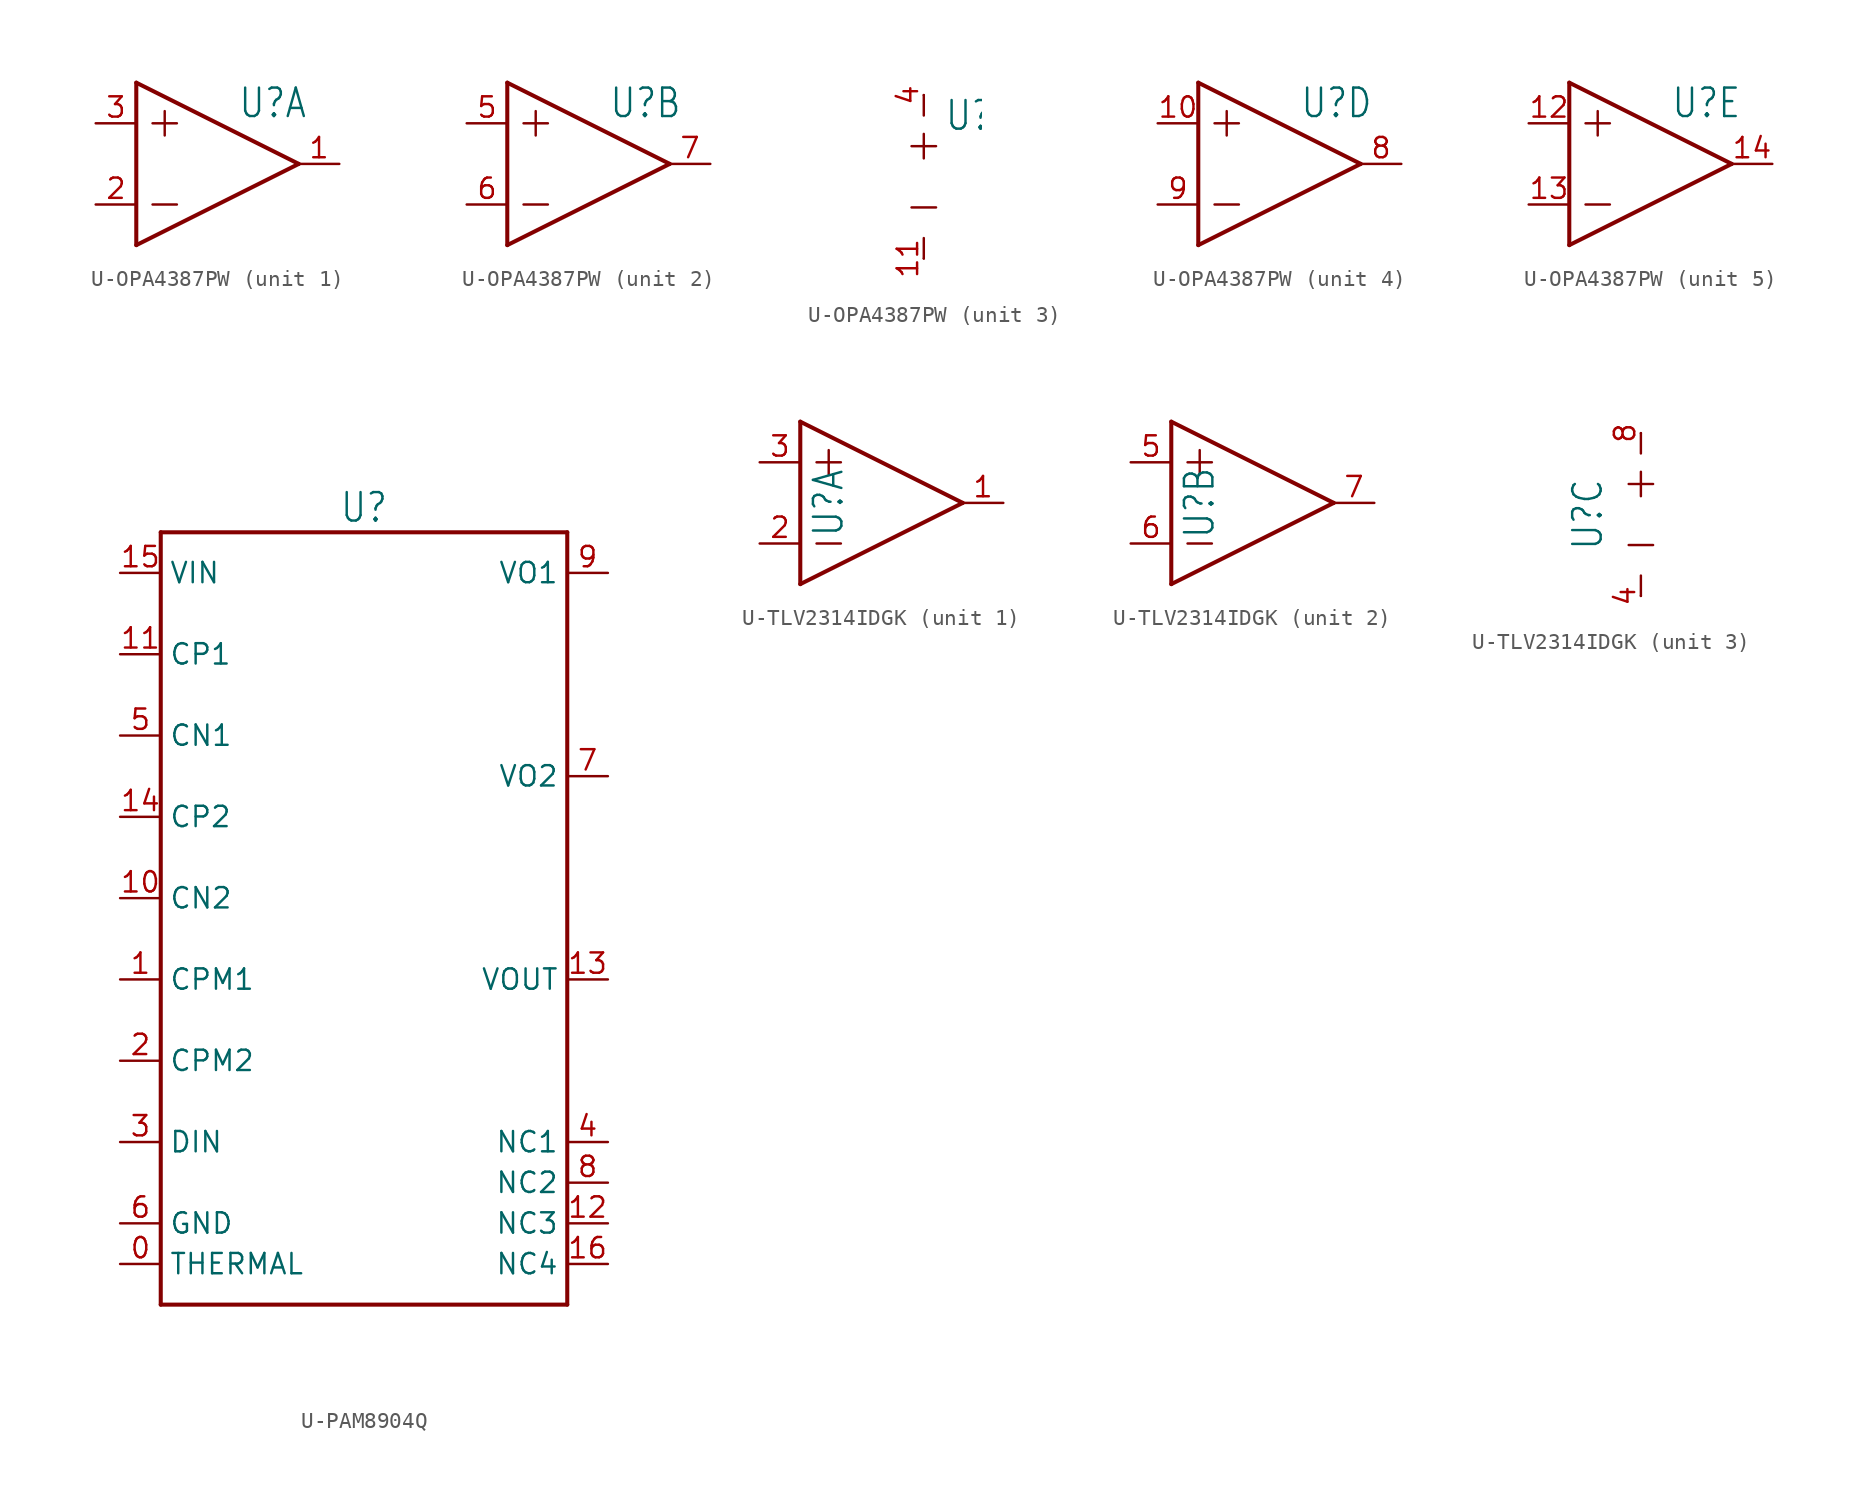
<source format=kicad_sym>
(kicad_symbol_lib
  (version 20231120)
  (generator "kicad_symbol_editor")
  (generator_version "8.0")
  (symbol "U-OPA4387PW"
    (property "Reference" "U"
      (at 1.27 3.81 0)
      (effects (font (size 1.778 1.511)) (justify left)))
    (property "ki_locked" ""
      (at 0 0 0)
      (effects (font (size 1.27 1.27))))
    (symbol "U-OPA4387PW_1_0"
      (polyline (pts (xy -5.08 -5.08) (xy 5.08 0)) (stroke (width 0.254) (type solid)) (fill (type none)))
      (polyline (pts (xy -5.08 5.08) (xy -5.08 -5.08)) (stroke (width 0.254) (type solid)) (fill (type none)))
      (polyline (pts (xy -4.064 -2.54) (xy -2.54 -2.54)) (stroke (width 0.152) (type solid)) (fill (type none)))
      (polyline (pts (xy -4.064 2.54) (xy -2.54 2.54)) (stroke (width 0.152) (type solid)) (fill (type none)))
      (polyline (pts (xy -3.302 3.302) (xy -3.302 1.778)) (stroke (width 0.152) (type solid)) (fill (type none)))
      (polyline (pts (xy 5.08 0) (xy -5.08 5.08)) (stroke (width 0.254) (type solid)) (fill (type none)))
      (pin passive line (at 7.62 0 180) (length 2.54) (name "OUT" (effects (font (size 0 0)))) (number "1" (effects (font (size 1.27 1.27)))))
      (pin passive line (at -7.62 -2.54 0) (length 2.54) (name "IN-" (effects (font (size 0 0)))) (number "2" (effects (font (size 1.27 1.27)))))
      (pin passive line (at -7.62 2.54 0) (length 2.54) (name "IN+" (effects (font (size 0 0)))) (number "3" (effects (font (size 1.27 1.27))))))
    (symbol "U-OPA4387PW_2_0"
      (polyline (pts (xy -5.08 -5.08) (xy 5.08 0)) (stroke (width 0.254) (type solid)) (fill (type none)))
      (polyline (pts (xy -5.08 5.08) (xy -5.08 -5.08)) (stroke (width 0.254) (type solid)) (fill (type none)))
      (polyline (pts (xy -4.064 -2.54) (xy -2.54 -2.54)) (stroke (width 0.152) (type solid)) (fill (type none)))
      (polyline (pts (xy -4.064 2.54) (xy -2.54 2.54)) (stroke (width 0.152) (type solid)) (fill (type none)))
      (polyline (pts (xy -3.302 3.302) (xy -3.302 1.778)) (stroke (width 0.152) (type solid)) (fill (type none)))
      (polyline (pts (xy 5.08 0) (xy -5.08 5.08)) (stroke (width 0.254) (type solid)) (fill (type none)))
      (pin passive line (at -7.62 2.54 0) (length 2.54) (name "IN+" (effects (font (size 0 0)))) (number "5" (effects (font (size 1.27 1.27)))))
      (pin passive line (at -7.62 -2.54 0) (length 2.54) (name "IN-" (effects (font (size 0 0)))) (number "6" (effects (font (size 1.27 1.27)))))
      (pin passive line (at 7.62 0 180) (length 2.54) (name "OUT" (effects (font (size 0 0)))) (number "7" (effects (font (size 1.27 1.27))))))
    (symbol "U-OPA4387PW_3_0"
      (polyline (pts (xy -0.762 -1.905) (xy 0.762 -1.905)) (stroke (width 0.152) (type solid)) (fill (type none)))
      (polyline (pts (xy -0.762 1.905) (xy 0.762 1.905)) (stroke (width 0.152) (type solid)) (fill (type none)))
      (polyline (pts (xy 0 -5.08) (xy 0 -3.81)) (stroke (width 0.152) (type solid)) (fill (type none)))
      (polyline (pts (xy 0 2.667) (xy 0 1.143)) (stroke (width 0.152) (type solid)) (fill (type none)))
      (polyline (pts (xy 0 5.08) (xy 0 3.81)) (stroke (width 0.152) (type solid)) (fill (type none)))
      (pin passive line (at 0 -5.08 90) (length 0) (name "V-" (effects (font (size 0 0)))) (number "11" (effects (font (size 1.27 1.27)))))
      (pin passive line (at 0 5.08 270) (length 0) (name "V+" (effects (font (size 0 0)))) (number "4" (effects (font (size 1.27 1.27))))))
    (symbol "U-OPA4387PW_4_0"
      (polyline (pts (xy -5.08 -5.08) (xy 5.08 0)) (stroke (width 0.254) (type solid)) (fill (type none)))
      (polyline (pts (xy -5.08 5.08) (xy -5.08 -5.08)) (stroke (width 0.254) (type solid)) (fill (type none)))
      (polyline (pts (xy -4.064 -2.54) (xy -2.54 -2.54)) (stroke (width 0.152) (type solid)) (fill (type none)))
      (polyline (pts (xy -4.064 2.54) (xy -2.54 2.54)) (stroke (width 0.152) (type solid)) (fill (type none)))
      (polyline (pts (xy -3.302 3.302) (xy -3.302 1.778)) (stroke (width 0.152) (type solid)) (fill (type none)))
      (polyline (pts (xy 5.08 0) (xy -5.08 5.08)) (stroke (width 0.254) (type solid)) (fill (type none)))
      (pin passive line (at -7.62 2.54 0) (length 2.54) (name "IN+" (effects (font (size 0 0)))) (number "10" (effects (font (size 1.27 1.27)))))
      (pin passive line (at 7.62 0 180) (length 2.54) (name "OUT" (effects (font (size 0 0)))) (number "8" (effects (font (size 1.27 1.27)))))
      (pin passive line (at -7.62 -2.54 0) (length 2.54) (name "IN-" (effects (font (size 0 0)))) (number "9" (effects (font (size 1.27 1.27))))))
    (symbol "U-OPA4387PW_5_0"
      (polyline (pts (xy -5.08 -5.08) (xy 5.08 0)) (stroke (width 0.254) (type solid)) (fill (type none)))
      (polyline (pts (xy -5.08 5.08) (xy -5.08 -5.08)) (stroke (width 0.254) (type solid)) (fill (type none)))
      (polyline (pts (xy -4.064 -2.54) (xy -2.54 -2.54)) (stroke (width 0.152) (type solid)) (fill (type none)))
      (polyline (pts (xy -4.064 2.54) (xy -2.54 2.54)) (stroke (width 0.152) (type solid)) (fill (type none)))
      (polyline (pts (xy -3.302 3.302) (xy -3.302 1.778)) (stroke (width 0.152) (type solid)) (fill (type none)))
      (polyline (pts (xy 5.08 0) (xy -5.08 5.08)) (stroke (width 0.254) (type solid)) (fill (type none)))
      (pin passive line (at -7.62 2.54 0) (length 2.54) (name "IN+" (effects (font (size 0 0)))) (number "12" (effects (font (size 1.27 1.27)))))
      (pin passive line (at -7.62 -2.54 0) (length 2.54) (name "IN-" (effects (font (size 0 0)))) (number "13" (effects (font (size 1.27 1.27)))))
      (pin passive line (at 7.62 0 180) (length 2.54) (name "OUT" (effects (font (size 0 0)))) (number "14" (effects (font (size 1.27 1.27)))))))
  (symbol "U-PAM8904Q"
    (property "Reference" "U"
      (at 0 23.368 0)
      (effects (font (size 1.778 1.511)) (justify bottom)))
    (property "Value" ""
      (at 0 -25.908 0)
      (effects (font (size 1.778 1.511)) (justify top)))
    (property "ki_locked" ""
      (at 0 0 0)
      (effects (font (size 1.27 1.27))))
    (symbol "U-PAM8904Q_1_0"
      (polyline (pts (xy -12.7 22.86) (xy -12.7 -25.4)) (stroke (width 0.254) (type solid)) (fill (type none)))
      (polyline (pts (xy -12.7 22.86) (xy 12.7 22.86)) (stroke (width 0.254) (type solid)) (fill (type none)))
      (polyline (pts (xy 12.7 -25.4) (xy -12.7 -25.4)) (stroke (width 0.254) (type solid)) (fill (type none)))
      (polyline (pts (xy 12.7 22.86) (xy 12.7 -25.4)) (stroke (width 0.254) (type solid)) (fill (type none)))
      (pin passive line (at -15.24 -22.86 0) (length 2.54) (name "THERMAL" (effects (font (size 1.27 1.27)))) (number "0" (effects (font (size 1.27 1.27)))))
      (pin passive line (at -15.24 -5.08 0) (length 2.54) (name "CPM1" (effects (font (size 1.27 1.27)))) (number "1" (effects (font (size 1.27 1.27)))))
      (pin passive line (at -15.24 0 0) (length 2.54) (name "CN2" (effects (font (size 1.27 1.27)))) (number "10" (effects (font (size 1.27 1.27)))))
      (pin passive line (at -15.24 15.24 0) (length 2.54) (name "CP1" (effects (font (size 1.27 1.27)))) (number "11" (effects (font (size 1.27 1.27)))))
      (pin passive line (at 15.24 -20.32 180) (length 2.54) (name "NC3" (effects (font (size 1.27 1.27)))) (number "12" (effects (font (size 1.27 1.27)))))
      (pin passive line (at 15.24 -5.08 180) (length 2.54) (name "VOUT" (effects (font (size 1.27 1.27)))) (number "13" (effects (font (size 1.27 1.27)))))
      (pin passive line (at -15.24 5.08 0) (length 2.54) (name "CP2" (effects (font (size 1.27 1.27)))) (number "14" (effects (font (size 1.27 1.27)))))
      (pin passive line (at -15.24 20.32 0) (length 2.54) (name "VIN" (effects (font (size 1.27 1.27)))) (number "15" (effects (font (size 1.27 1.27)))))
      (pin passive line (at 15.24 -22.86 180) (length 2.54) (name "NC4" (effects (font (size 1.27 1.27)))) (number "16" (effects (font (size 1.27 1.27)))))
      (pin passive line (at -15.24 -10.16 0) (length 2.54) (name "CPM2" (effects (font (size 1.27 1.27)))) (number "2" (effects (font (size 1.27 1.27)))))
      (pin passive line (at -15.24 -15.24 0) (length 2.54) (name "DIN" (effects (font (size 1.27 1.27)))) (number "3" (effects (font (size 1.27 1.27)))))
      (pin passive line (at 15.24 -15.24 180) (length 2.54) (name "NC1" (effects (font (size 1.27 1.27)))) (number "4" (effects (font (size 1.27 1.27)))))
      (pin passive line (at -15.24 10.16 0) (length 2.54) (name "CN1" (effects (font (size 1.27 1.27)))) (number "5" (effects (font (size 1.27 1.27)))))
      (pin passive line (at -15.24 -20.32 0) (length 2.54) (name "GND" (effects (font (size 1.27 1.27)))) (number "6" (effects (font (size 1.27 1.27)))))
      (pin passive line (at 15.24 7.62 180) (length 2.54) (name "VO2" (effects (font (size 1.27 1.27)))) (number "7" (effects (font (size 1.27 1.27)))))
      (pin passive line (at 15.24 -17.78 180) (length 2.54) (name "NC2" (effects (font (size 1.27 1.27)))) (number "8" (effects (font (size 1.27 1.27)))))
      (pin passive line (at 15.24 20.32 180) (length 2.54) (name "VO1" (effects (font (size 1.27 1.27)))) (number "9" (effects (font (size 1.27 1.27)))))))
  (symbol "U-TLV2314IDGK"
    (property "Reference" "U"
      (at -2.286 0 90)
      (effects (font (size 1.778 1.511)) (justify bottom)))
    (property "ki_locked" ""
      (at 0 0 0)
      (effects (font (size 1.27 1.27))))
    (symbol "U-TLV2314IDGK_1_0"
      (polyline (pts (xy -5.08 -5.08) (xy 5.08 0)) (stroke (width 0.254) (type solid)) (fill (type none)))
      (polyline (pts (xy -5.08 5.08) (xy -5.08 -5.08)) (stroke (width 0.254) (type solid)) (fill (type none)))
      (polyline (pts (xy -4.064 -2.54) (xy -2.54 -2.54)) (stroke (width 0.152) (type solid)) (fill (type none)))
      (polyline (pts (xy -4.064 2.54) (xy -2.54 2.54)) (stroke (width 0.152) (type solid)) (fill (type none)))
      (polyline (pts (xy -3.302 3.302) (xy -3.302 1.778)) (stroke (width 0.152) (type solid)) (fill (type none)))
      (polyline (pts (xy 5.08 0) (xy -5.08 5.08)) (stroke (width 0.254) (type solid)) (fill (type none)))
      (pin passive line (at 7.62 0 180) (length 2.54) (name "OUT" (effects (font (size 0 0)))) (number "1" (effects (font (size 1.27 1.27)))))
      (pin passive line (at -7.62 -2.54 0) (length 2.54) (name "IN-" (effects (font (size 0 0)))) (number "2" (effects (font (size 1.27 1.27)))))
      (pin passive line (at -7.62 2.54 0) (length 2.54) (name "IN+" (effects (font (size 0 0)))) (number "3" (effects (font (size 1.27 1.27))))))
    (symbol "U-TLV2314IDGK_2_0"
      (polyline (pts (xy -5.08 -5.08) (xy 5.08 0)) (stroke (width 0.254) (type solid)) (fill (type none)))
      (polyline (pts (xy -5.08 5.08) (xy -5.08 -5.08)) (stroke (width 0.254) (type solid)) (fill (type none)))
      (polyline (pts (xy -4.064 -2.54) (xy -2.54 -2.54)) (stroke (width 0.152) (type solid)) (fill (type none)))
      (polyline (pts (xy -4.064 2.54) (xy -2.54 2.54)) (stroke (width 0.152) (type solid)) (fill (type none)))
      (polyline (pts (xy -3.302 3.302) (xy -3.302 1.778)) (stroke (width 0.152) (type solid)) (fill (type none)))
      (polyline (pts (xy 5.08 0) (xy -5.08 5.08)) (stroke (width 0.254) (type solid)) (fill (type none)))
      (pin passive line (at -7.62 2.54 0) (length 2.54) (name "IN+" (effects (font (size 0 0)))) (number "5" (effects (font (size 1.27 1.27)))))
      (pin passive line (at -7.62 -2.54 0) (length 2.54) (name "IN-" (effects (font (size 0 0)))) (number "6" (effects (font (size 1.27 1.27)))))
      (pin passive line (at 7.62 0 180) (length 2.54) (name "OUT" (effects (font (size 0 0)))) (number "7" (effects (font (size 1.27 1.27))))))
    (symbol "U-TLV2314IDGK_3_0"
      (polyline (pts (xy -0.762 -1.905) (xy 0.762 -1.905)) (stroke (width 0.152) (type solid)) (fill (type none)))
      (polyline (pts (xy -0.762 1.905) (xy 0.762 1.905)) (stroke (width 0.152) (type solid)) (fill (type none)))
      (polyline (pts (xy 0 -5.08) (xy 0 -3.81)) (stroke (width 0.152) (type solid)) (fill (type none)))
      (polyline (pts (xy 0 2.667) (xy 0 1.143)) (stroke (width 0.152) (type solid)) (fill (type none)))
      (polyline (pts (xy 0 5.08) (xy 0 3.81)) (stroke (width 0.152) (type solid)) (fill (type none)))
      (pin passive line (at 0 -5.08 90) (length 0) (name "V-" (effects (font (size 0 0)))) (number "4" (effects (font (size 1.27 1.27)))))
      (pin passive line (at 0 5.08 270) (length 0) (name "V+" (effects (font (size 0 0)))) (number "8" (effects (font (size 1.27 1.27))))))))
</source>
